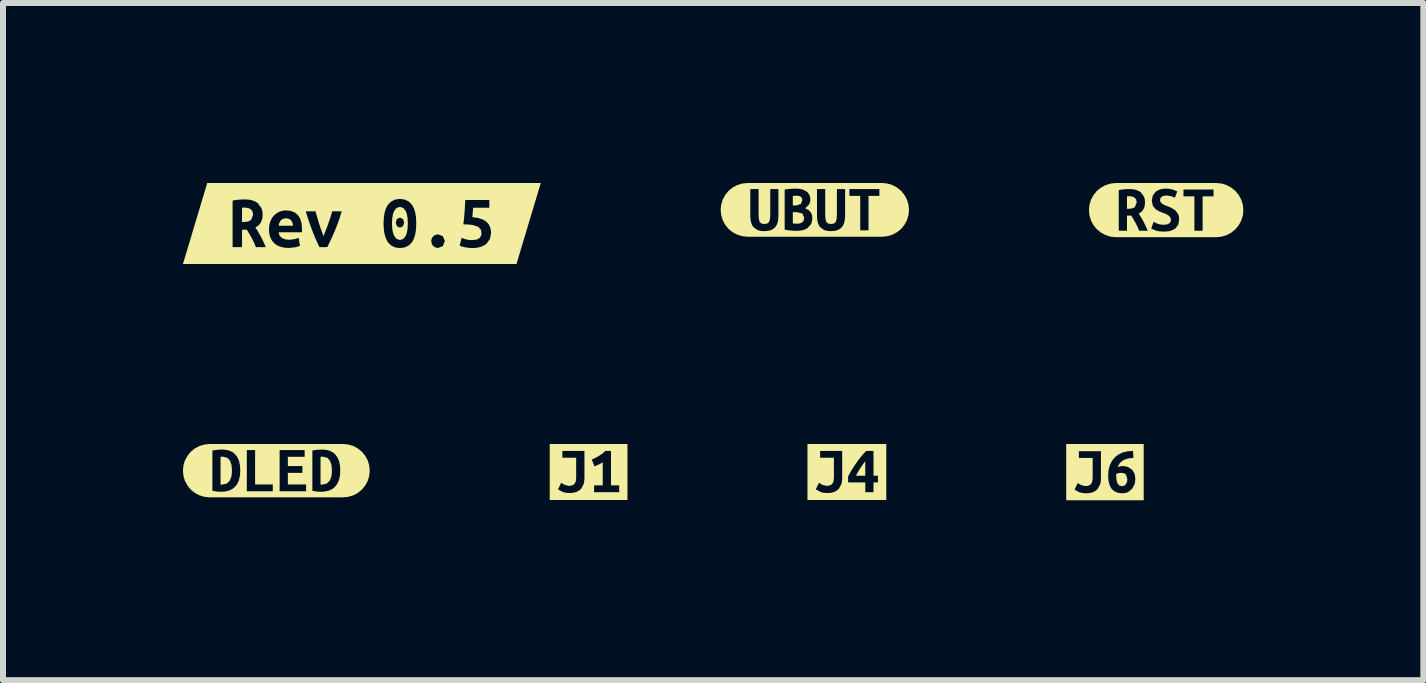
<source format=kicad_pcb>
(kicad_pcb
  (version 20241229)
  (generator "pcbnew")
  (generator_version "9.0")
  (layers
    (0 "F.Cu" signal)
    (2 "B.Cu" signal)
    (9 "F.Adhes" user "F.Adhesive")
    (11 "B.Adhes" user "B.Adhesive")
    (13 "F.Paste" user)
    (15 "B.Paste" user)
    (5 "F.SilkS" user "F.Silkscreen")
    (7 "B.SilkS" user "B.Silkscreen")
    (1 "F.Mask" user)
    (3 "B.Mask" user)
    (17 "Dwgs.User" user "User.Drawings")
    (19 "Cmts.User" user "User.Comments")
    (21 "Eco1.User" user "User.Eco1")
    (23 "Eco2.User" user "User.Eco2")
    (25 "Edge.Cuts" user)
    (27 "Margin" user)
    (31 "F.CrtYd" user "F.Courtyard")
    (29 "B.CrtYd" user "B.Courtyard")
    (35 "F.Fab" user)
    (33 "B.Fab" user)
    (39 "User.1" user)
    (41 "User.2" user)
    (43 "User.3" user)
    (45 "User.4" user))
  (footprint "kibuzzard-631DCCC7"
    (layer "F.Cu")
    (at 16.392 0.453)
    (property "Reference" "kibuzzard-631DCCC7" (at 0 -0.452 180) (layer "F.SilkS") (effects (font (size 0.001 0.001) (thickness 0.000003))))
    (attr exclude_from_pos_files exclude_from_bom)
    (fp_poly (pts (xy -0.491 -0.127) (xy -0.499 -0.174) (xy -0.524 -0.207) (xy -0.563 -0.226) (xy -0.612 -0.232) (xy -0.631 -0.232) (xy -0.653 -0.229) (xy -0.653 -0.022) (xy -0.623 -0.022) (xy -0.563 -0.029) (xy -0.522 -0.049) (xy -0.491 -0.127)) (stroke (width 0) (type solid)) (fill yes) (layer "F.SilkS"))
    (fp_poly (pts (xy -0.79 -0.452) (xy -0.612 -0.351) (xy -0.556 -0.348) (xy -0.505 -0.338) (xy -0.461 -0.321) (xy -0.423 -0.297) (xy -0.37 -0.226) (xy -0.356 -0.18) (xy -0.352 -0.126) (xy -0.358 -0.068) (xy -0.036 0.244) (xy 0.021 0.237) (xy 0.057 0.217) (xy 0.076 0.188) (xy 0.081 0.156) (xy 0.068 0.118) (xy 0.037 0.088) (xy -0.005 0.065) (xy -0.052 0.046) (xy -0.116 0.02) (xy -0.177 -0.017) (xy -0.222 -0.072) (xy -0.239 -0.153) (xy -0.224 -0.239) (xy -0.177 -0.304) (xy -0.13 -0.335) (xy -0.072 -0.353) (xy -0.004 -0.359) (xy 0.055 -0.355) (xy 0.107 -0.344) (xy 0.79 -0.343) (xy 0.79 -0.23) (xy 0.608 -0.23) (xy 0.608 0.344) (xy 0.471 0.344) (xy 0.471 -0.23) (xy 0.289 -0.23) (xy 0.289 -0.343) (xy 0.79 -0.343) (xy 0.107 -0.344) (xy 0.186 -0.312) (xy 0.146 -0.207) (xy 0.084 -0.233) (xy 0.006 -0.244) (xy -0.054 -0.236) (xy -0.091 -0.209) (xy -0.103 -0.166) (xy -0.092 -0.131) (xy -0.063 -0.104) (xy -0.024 -0.083) (xy 0.018 -0.067) (xy 0.086 -0.039) (xy 0.15 0.001) (xy 0.198 0.063) (xy 0.213 0.105) (xy 0.217 0.157) (xy 0.202 0.242) (xy 0.154 0.306) (xy 0.105 0.335) (xy 0.042 0.353) (xy -0.036 0.359) (xy -0.113 0.354) (xy -0.173 0.341) (xy -0.249 0.307) (xy -0.209 0.196) (xy -0.138 0.229) (xy -0.092 0.241) (xy -0.036 0.244) (xy -0.358 -0.068) (xy -0.376 -0.017) (xy -0.409 0.026) (xy -0.457 0.058) (xy -0.417 0.122) (xy -0.376 0.195) (xy -0.338 0.272) (xy -0.306 0.344) (xy -0.45 0.344) (xy -0.477 0.279) (xy -0.509 0.216) (xy -0.544 0.154) (xy -0.582 0.091) (xy -0.653 0.091) (xy -0.653 0.344) (xy -0.79 0.344) (xy -0.79 -0.333) (xy -0.746 -0.342) (xy -0.697 -0.347) (xy -0.651 -0.35) (xy -0.612 -0.351) (xy -0.79 -0.452) (xy -0.836 -0.452) (xy -0.924 -0.443) (xy -1.009 -0.417) (xy -1.087 -0.375) (xy -1.155 -0.319) (xy -1.211 -0.251) (xy -1.253 -0.173) (xy -1.279 -0.088) (xy -1.287 0) (xy -1.279 0.088) (xy -1.253 0.173) (xy -1.211 0.251) (xy -1.155 0.319) (xy -1.087 0.375) (xy -1.009 0.417) (xy -0.924 0.443) (xy -0.836 0.452) (xy -0.79 0.452) (xy 0.79 0.452) (xy 0.836 0.452) (xy 0.924 0.443) (xy 1.009 0.417) (xy 1.087 0.375) (xy 1.155 0.319) (xy 1.211 0.251) (xy 1.253 0.173) (xy 1.279 0.088) (xy 1.287 0) (xy 1.279 -0.088) (xy 1.253 -0.173) (xy 1.211 -0.251) (xy 1.155 -0.319) (xy 1.087 -0.375) (xy 1.009 -0.417) (xy 0.924 -0.443) (xy 0.836 -0.452) (xy 0.79 -0.452) (xy -0.79 -0.452)) (stroke (width 0) (type solid)) (fill yes) (layer "F.SilkS")))
  (footprint "kibuzzard-631DCE29"
    (layer "F.Cu")
    (at 15.372 4.821)
    (property "Reference" "kibuzzard-631DCE29" (at 0 -0.47 0) (layer "F.SilkS") (effects (font (size 0.001 0.001) (thickness 0.000003))))
    (attr exclude_from_pos_files exclude_from_bom)
    (fp_poly (pts (xy 0.269 0.012) (xy 0.226 0.017) (xy 0.189 0.029) (xy 0.188 0.049) (xy 0.187 0.07) (xy 0.192 0.132) (xy 0.207 0.184) (xy 0.238 0.222) (xy 0.286 0.236) (xy 0.326 0.224) (xy 0.353 0.197) (xy 0.369 0.16) (xy 0.374 0.121) (xy 0.351 0.041) (xy 0.319 0.019) (xy 0.269 0.012)) (stroke (width 0) (type solid)) (fill yes) (layer "F.SilkS"))
    (fp_poly (pts (xy -0.507 -0.469) (xy -0.435 -0.349) (xy -0.067 -0.349) (xy -0.067 0.109) (xy 0.053 0.058) (xy 0.06 -0.036) (xy 0.082 -0.119) (xy 0.118 -0.189) (xy 0.166 -0.248) (xy 0.226 -0.294) (xy 0.297 -0.327) (xy 0.378 -0.347) (xy 0.467 -0.353) (xy 0.475 -0.237) (xy 0.388 -0.228) (xy 0.311 -0.202) (xy 0.249 -0.154) (xy 0.211 -0.082) (xy 0.252 -0.096) (xy 0.287 -0.101) (xy 0.343 -0.097) (xy 0.389 -0.083) (xy 0.457 -0.036) (xy 0.496 0.034) (xy 0.507 0.119) (xy 0.495 0.2) (xy 0.455 0.276) (xy 0.387 0.332) (xy 0.342 0.348) (xy 0.289 0.353) (xy 0.219 0.345) (xy 0.16 0.322) (xy 0.113 0.282) (xy 0.08 0.225) (xy 0.06 0.15) (xy 0.053 0.058) (xy -0.067 0.109) (xy -0.07 0.158) (xy -0.08 0.203) (xy -0.122 0.281) (xy -0.156 0.311) (xy -0.198 0.334) (xy -0.25 0.349) (xy -0.312 0.353) (xy -0.376 0.349) (xy -0.428 0.336) (xy -0.507 0.292) (xy -0.455 0.183) (xy -0.393 0.218) (xy -0.324 0.234) (xy -0.276 0.227) (xy -0.238 0.206) (xy -0.213 0.166) (xy -0.205 0.101) (xy -0.205 -0.236) (xy -0.435 -0.236) (xy -0.435 -0.349) (xy -0.507 -0.469) (xy -0.646 -0.469) (xy -0.646 0.469) (xy -0.507 0.469) (xy 0.507 0.469) (xy 0.646 0.469) (xy 0.646 -0.469) (xy 0.507 -0.469) (xy -0.507 -0.469)) (stroke (width 0) (type solid)) (fill yes) (layer "F.SilkS")))
  (footprint "kibuzzard-631DCDA0"
    (layer "F.Cu")
    (at 6.763 4.819)
    (property "Reference" "kibuzzard-631DCDA0" (at 0 -0.467 180) (layer "F.SilkS") (effects (font (size 0.001 0.001) (thickness 0.000003))))
    (attr exclude_from_pos_files exclude_from_bom)
    (fp_poly (pts (xy -0.51 -0.467) (xy -0.437 -0.351) (xy -0.069 -0.351) (xy -0.069 0.107) (xy 0.236 0.223) (xy 0.236 -0.161) (xy 0.165 -0.122) (xy 0.097 -0.094) (xy 0.053 -0.208) (xy 0.111 -0.233) (xy 0.173 -0.268) (xy 0.232 -0.308) (xy 0.279 -0.351) (xy 0.373 -0.351) (xy 0.373 0.223) (xy 0.51 0.223) (xy 0.51 0.337) (xy 0.092 0.337) (xy 0.092 0.223) (xy 0.236 0.223) (xy -0.069 0.107) (xy -0.073 0.155) (xy -0.082 0.201) (xy -0.124 0.279) (xy -0.158 0.309) (xy -0.201 0.332) (xy -0.252 0.346) (xy -0.314 0.351) (xy -0.378 0.347) (xy -0.431 0.333) (xy -0.51 0.29) (xy -0.457 0.181) (xy -0.396 0.216) (xy -0.326 0.232) (xy -0.278 0.225) (xy -0.24 0.204) (xy -0.215 0.163) (xy -0.207 0.099) (xy -0.207 -0.238) (xy -0.437 -0.238) (xy -0.437 -0.351) (xy -0.51 -0.467) (xy -0.648 -0.467) (xy -0.648 0.467) (xy -0.51 0.467) (xy 0.51 0.467) (xy 0.648 0.467) (xy 0.648 -0.467) (xy 0.51 -0.467) (xy -0.51 -0.467)) (stroke (width 0) (type solid)) (fill yes) (layer "F.SilkS")))
  (footprint "kibuzzard-631DCDB3"
    (layer "F.Cu")
    (at 11.069 4.819)
    (property "Reference" "kibuzzard-631DCDB3" (at 0 -0.467 180) (layer "F.SilkS") (effects (font (size 0.001 0.001) (thickness 0.000003))))
    (attr exclude_from_pos_files exclude_from_bom)
    (fp_poly (pts (xy 0.307 -0.18) (xy 0.266 -0.126) (xy 0.224 -0.065) (xy 0.185 -0.001) (xy 0.152 0.062) (xy 0.307 0.062) (xy 0.307 -0.18)) (stroke (width 0) (type solid)) (fill yes) (layer "F.SilkS"))
    (fp_poly (pts (xy -0.518 -0.467) (xy -0.446 -0.351) (xy -0.078 -0.351) (xy 0.277 -0.304) (xy 0.322 -0.351) (xy 0.444 -0.351) (xy 0.444 0.062) (xy 0.518 0.062) (xy 0.518 0.174) (xy 0.444 0.174) (xy 0.444 0.337) (xy 0.307 0.337) (xy 0.307 0.174) (xy 0.021 0.174) (xy 0.021 0.074) (xy 0.045 0.028) (xy 0.075 -0.024) (xy 0.11 -0.08) (xy 0.148 -0.137) (xy 0.189 -0.194) (xy 0.233 -0.251) (xy 0.277 -0.304) (xy -0.078 -0.351) (xy -0.078 0.107) (xy -0.082 0.155) (xy -0.091 0.201) (xy -0.133 0.279) (xy -0.167 0.309) (xy -0.209 0.332) (xy -0.261 0.346) (xy -0.323 0.351) (xy -0.387 0.347) (xy -0.439 0.333) (xy -0.518 0.29) (xy -0.466 0.181) (xy -0.404 0.216) (xy -0.335 0.232) (xy -0.287 0.225) (xy -0.249 0.204) (xy -0.224 0.163) (xy -0.216 0.099) (xy -0.216 -0.238) (xy -0.446 -0.238) (xy -0.446 -0.351) (xy -0.518 -0.467) (xy -0.657 -0.467) (xy -0.657 0.467) (xy -0.518 0.467) (xy 0.518 0.467) (xy 0.657 0.467) (xy 0.657 -0.467) (xy 0.518 -0.467) (xy -0.518 -0.467)) (stroke (width 0) (type solid)) (fill yes) (layer "F.SilkS")))
  (footprint "kibuzzard-631DCD0C"
    (layer "F.Cu")
    (at 1.557 4.797)
    (property "Reference" "kibuzzard-631DCD0C" (at 0 -0.445 180) (layer "F.SilkS") (effects (font (size 0.001 0.001) (thickness 0.000003))))
    (attr exclude_from_pos_files exclude_from_bom)
    (fp_poly (pts (xy -0.93 0.232) (xy -0.917 0.233) (xy -0.905 0.233) (xy -0.827 0.216) (xy -0.776 0.167) (xy -0.748 0.093) (xy -0.742 0.048) (xy -0.74 -0.001) (xy -0.746 -0.088) (xy -0.77 -0.162) (xy -0.815 -0.214) (xy -0.89 -0.233) (xy -0.91 -0.233) (xy -0.93 -0.23) (xy -0.93 0.232)) (stroke (width 0) (type solid)) (fill yes) (layer "F.SilkS"))
    (fp_poly (pts (xy 0.737 0.232) (xy 0.75 0.233) (xy 0.762 0.233) (xy 0.84 0.216) (xy 0.891 0.167) (xy 0.919 0.093) (xy 0.925 0.048) (xy 0.927 -0.001) (xy 0.921 -0.088) (xy 0.897 -0.162) (xy 0.852 -0.214) (xy 0.777 -0.233) (xy 0.757 -0.233) (xy 0.737 -0.23) (xy 0.737 0.232)) (stroke (width 0) (type solid)) (fill yes) (layer "F.SilkS"))
    (fp_poly (pts (xy -1.066 -0.445) (xy -0.978 -0.349) (xy -0.902 -0.352) (xy -0.837 -0.347) (xy -0.778 -0.332) (xy -0.726 -0.307) (xy -0.683 -0.269) (xy -0.648 -0.221) (xy -0.622 -0.161) (xy -0.606 -0.088) (xy -0.492 0.343) (xy -0.492 -0.344) (xy -0.354 -0.344) (xy -0.354 0.23) (xy -0.059 0.23) (xy -0.059 0.343) (xy -0.492 0.343) (xy -0.606 -0.088) (xy -0.601 -0.001) (xy -0.607 0.087) (xy -0.625 0.162) (xy -0.653 0.223) (xy -0.691 0.271) (xy -0.737 0.308) (xy -0.791 0.333) (xy -0.852 0.347) (xy -0.92 0.352) (xy -0.991 0.348) (xy -1.066 0.336) (xy -1.066 -0.336) (xy -0.978 -0.349) (xy -1.066 -0.445) (xy -1.113 -0.445) (xy -1.199 -0.436) (xy -1.283 -0.411) (xy -1.36 -0.37) (xy -1.427 -0.315) (xy -1.482 -0.247) (xy -1.524 -0.17) (xy -1.549 -0.087) (xy -1.557 0) (xy -1.549 0.087) (xy -1.524 0.17) (xy -1.482 0.247) (xy -1.427 0.315) (xy -1.36 0.37) (xy 0.055 0.343) (xy 0.055 -0.344) (xy 0.472 -0.344) (xy 0.472 -0.231) (xy 0.192 -0.231) (xy 0.192 -0.077) (xy 0.435 -0.077) (xy 0.435 0.037) (xy 0.192 0.037) (xy 0.192 0.23) (xy 0.496 0.23) (xy 0.496 0.343) (xy 0.055 0.343) (xy -1.36 0.37) (xy -1.283 0.411) (xy -1.199 0.436) (xy -1.113 0.445) (xy -1.066 0.445) (xy 1.066 0.445) (xy 1.066 -0.001) (xy 1.06 0.087) (xy 1.042 0.162) (xy 1.014 0.223) (xy 0.976 0.271) (xy 0.93 0.308) (xy 0.876 0.333) (xy 0.814 0.347) (xy 0.747 0.352) (xy 0.676 0.348) (xy 0.601 0.336) (xy 0.601 -0.336) (xy 0.688 -0.349) (xy 0.765 -0.352) (xy 0.83 -0.347) (xy 0.889 -0.332) (xy 0.941 -0.307) (xy 0.984 -0.269) (xy 1.019 -0.221) (xy 1.045 -0.161) (xy 1.061 -0.088) (xy 1.066 -0.001) (xy 1.066 0.445) (xy 1.113 0.445) (xy 1.199 0.436) (xy 1.283 0.411) (xy 1.36 0.37) (xy 1.427 0.315) (xy 1.482 0.247) (xy 1.524 0.17) (xy 1.549 0.087) (xy 1.557 0) (xy 1.549 -0.087) (xy 1.524 -0.17) (xy 1.482 -0.247) (xy 1.427 -0.315) (xy 1.36 -0.37) (xy 1.283 -0.411) (xy 1.199 -0.436) (xy 1.113 -0.445) (xy 1.066 -0.445) (xy -1.066 -0.445)) (stroke (width 0) (type solid)) (fill yes) (layer "F.SilkS")))
  (footprint "kibuzzard-63B95AA9"
    (layer "F.Cu")
    (at 2.983 0.676)
    (property "Reference" "kibuzzard-63B95AA9" (at 0 -0.675 0) (layer "F.SilkS") (effects (font (size 0.001 0.001) (thickness 0.000003))))
    (attr exclude_from_pos_files exclude_from_bom)
    (fp_poly (pts (xy -1.149 0.038) (xy -1.155 -0.008) (xy -1.175 -0.048) (xy -1.211 -0.077) (xy -1.264 -0.088) (xy -1.317 -0.077) (xy -1.354 -0.05) (xy -1.377 -0.009) (xy -1.387 0.038) (xy -1.149 0.038)) (stroke (width 0) (type solid)) (fill yes) (layer "F.SilkS"))
    (fp_poly (pts (xy -1.813 -0.145) (xy -1.822 -0.199) (xy -1.851 -0.236) (xy -1.895 -0.258) (xy -1.951 -0.265) (xy -1.973 -0.265) (xy -1.998 -0.262) (xy -1.998 -0.025) (xy -1.964 -0.025) (xy -1.895 -0.033) (xy -1.848 -0.057) (xy -1.813 -0.145)) (stroke (width 0) (type solid)) (fill yes) (layer "F.SilkS"))
    (fp_poly (pts (xy 0.766 -0.001) (xy 0.705 -0.014) (xy 0.686 0.045) (xy 0.636 0.07) (xy 0.584 0.045) (xy 0.565 -0.014) (xy 0.584 -0.074) (xy 0.636 -0.099) (xy 0.686 -0.074) (xy 0.705 -0.014) (xy 0.766 -0.001) (xy 0.763 -0.084) (xy 0.751 -0.152) (xy 0.733 -0.206) (xy 0.691 -0.259) (xy 0.634 -0.277) (xy 0.578 -0.259) (xy 0.537 -0.206) (xy 0.518 -0.152) (xy 0.506 -0.084) (xy 0.502 -0.001) (xy 0.506 0.082) (xy 0.518 0.151) (xy 0.537 0.205) (xy 0.578 0.258) (xy 0.634 0.276) (xy 0.691 0.258) (xy 0.733 0.205) (xy 0.751 0.151) (xy 0.763 0.082) (xy 0.766 -0.001)) (stroke (width 0) (type solid)) (fill yes) (layer "F.SilkS"))
    (fp_poly (pts (xy -2.155 -0.675) (xy -1.951 -0.401) (xy -1.887 -0.398) (xy -1.829 -0.386) (xy -1.779 -0.367) (xy -1.735 -0.339) (xy -1.675 -0.258) (xy -1.659 -0.205) (xy -1.654 -0.144) (xy -1.661 -0.078) (xy -1.682 -0.019) (xy -1.549 0.1) (xy -1.543 0.026) (xy -1.525 -0.038) (xy -1.497 -0.093) (xy -1.461 -0.138) (xy -1.419 -0.173) (xy -1.371 -0.198) (xy -1.32 -0.213) (xy -1.267 -0.218) (xy -1.186 -0.21) (xy -1.119 -0.184) (xy -1.066 -0.14) (xy -1.028 -0.08) (xy -1.005 -0.004) (xy -0.998 0.088) (xy -0.998 0.119) (xy -1 0.146) (xy -0.707 0.394) (xy -0.745 0.314) (xy -0.784 0.226) (xy -0.823 0.129) (xy -0.852 0.051) (xy -0.881 -0.03) (xy -0.908 -0.115) (xy -0.935 -0.203) (xy -0.772 -0.203) (xy -0.759 -0.153) (xy -0.744 -0.1) (xy -0.728 -0.046) (xy -0.711 0.01) (xy -0.693 0.064) (xy -0.674 0.117) (xy -0.639 0.212) (xy -0.603 0.117) (xy -0.582 0.064) (xy -0.563 0.01) (xy -0.543 -0.046) (xy -0.525 -0.1) (xy -0.508 -0.153) (xy -0.495 -0.203) (xy -0.336 -0.203) (xy -0.363 -0.115) (xy -0.392 -0.03) (xy -0.422 0.051) (xy -0.454 0.129) (xy -0.496 0.226) (xy -0.537 0.314) (xy -0.576 0.394) (xy -0.707 0.394) (xy -1 0.146) (xy -1.387 0.146) (xy -1.375 0.198) (xy -1.339 0.238) (xy -1.284 0.263) (xy -1.215 0.272) (xy -1.125 0.262) (xy -1.053 0.241) (xy -1.032 0.375) (xy -1.118 0.398) (xy -1.221 0.408) (xy -1.293 0.403) (xy -1.358 0.388) (xy -1.414 0.364) (xy -1.46 0.33) (xy -1.498 0.286) (xy -1.526 0.234) (xy -1.543 0.172) (xy -1.549 0.1) (xy -1.682 -0.019) (xy -1.719 0.03) (xy -1.775 0.066) (xy -1.729 0.139) (xy -1.682 0.223) (xy -1.638 0.311) (xy -1.602 0.394) (xy -1.766 0.394) (xy -1.798 0.319) (xy -1.834 0.247) (xy -1.874 0.176) (xy -1.917 0.104) (xy -1.998 0.104) (xy -1.998 0.394) (xy -2.155 0.394) (xy -2.155 -0.381) (xy -2.104 -0.391) (xy -2.049 -0.397) (xy -1.996 -0.4) (xy -1.951 -0.401) (xy -2.155 -0.675) (xy -2.578 -0.675) (xy -2.983 0.675) (xy -2.578 0.675) (xy -2.155 0.675) (xy 2.155 0.675) (xy 2.578 0.675) (xy 2.983 -0.675) (xy 2.578 -0.675) (xy 2.155 -0.675) (xy 0.907 -0.001) (xy 0.903 0.096) (xy 0.89 0.18) (xy 0.868 0.251) (xy 0.838 0.309) (xy 1.166 0.342) (xy 1.156 0.293) (xy 1.166 0.246) (xy 1.191 0.211) (xy 1.227 0.189) (xy 1.271 0.182) (xy 1.349 0.211) (xy 1.995 0.163) (xy 1.984 0.102) (xy 1.941 0.055) (xy 1.848 0.025) (xy 1.78 0.017) (xy 1.692 0.014) (xy 1.704 -0.092) (xy 1.713 -0.195) (xy 1.719 -0.295) (xy 1.724 -0.392) (xy 2.125 -0.392) (xy 2.125 -0.263) (xy 1.855 -0.263) (xy 1.848 -0.178) (xy 1.842 -0.105) (xy 1.938 -0.092) (xy 2.017 -0.067) (xy 2.077 -0.029) (xy 2.12 0.021) (xy 2.146 0.083) (xy 2.155 0.156) (xy 2.136 0.257) (xy 2.077 0.338) (xy 2.033 0.368) (xy 1.979 0.391) (xy 1.916 0.405) (xy 1.843 0.41) (xy 1.781 0.406) (xy 1.72 0.397) (xy 1.668 0.384) (xy 1.631 0.37) (xy 1.663 0.24) (xy 1.734 0.265) (xy 1.783 0.274) (xy 1.842 0.277) (xy 1.918 0.267) (xy 1.965 0.241) (xy 1.988 0.204) (xy 1.995 0.163) (xy 1.349 0.211) (xy 1.384 0.293) (xy 1.349 0.378) (xy 1.271 0.408) (xy 1.227 0.4) (xy 1.191 0.378) (xy 1.166 0.342) (xy 0.838 0.309) (xy 0.784 0.365) (xy 0.716 0.399) (xy 0.634 0.41) (xy 0.553 0.399) (xy 0.485 0.365) (xy 0.431 0.309) (xy 0.401 0.251) (xy 0.379 0.18) (xy 0.366 0.096) (xy 0.361 -0.001) (xy 0.366 -0.098) (xy 0.379 -0.181) (xy 0.401 -0.251) (xy 0.432 -0.309) (xy 0.486 -0.365) (xy 0.554 -0.399) (xy 0.634 -0.41) (xy 0.716 -0.399) (xy 0.784 -0.365) (xy 0.838 -0.309) (xy 0.868 -0.252) (xy 0.89 -0.182) (xy 0.903 -0.098) (xy 0.907 -0.001) (xy 2.155 -0.675) (xy -2.155 -0.675)) (stroke (width 0) (type solid)) (fill yes) (layer "F.SilkS")))
  (footprint "kibuzzard-631DCCA6"
    (layer "F.Cu")
    (at 10.535 0.449)
    (property "Reference" "kibuzzard-631DCCA6" (at 0 -0.448 180) (layer "F.SilkS") (effects (font (size 0.001 0.001) (thickness 0.000003))))
    (attr exclude_from_pos_files exclude_from_bom)
    (fp_poly (pts (xy -0.367 0.039) (xy -0.367 0.226) (xy -0.335 0.229) (xy -0.301 0.231) (xy -0.256 0.227) (xy -0.216 0.212) (xy -0.188 0.182) (xy -0.177 0.133) (xy -0.208 0.061) (xy -0.293 0.039) (xy -0.367 0.039)) (stroke (width 0) (type solid)) (fill yes) (layer "F.SilkS"))
    (fp_poly (pts (xy -0.313 -0.074) (xy -0.234 -0.097) (xy -0.208 -0.159) (xy -0.216 -0.199) (xy -0.237 -0.222) (xy -0.268 -0.233) (xy -0.304 -0.236) (xy -0.337 -0.235) (xy -0.367 -0.232) (xy -0.367 -0.074) (xy -0.313 -0.074)) (stroke (width 0) (type solid)) (fill yes) (layer "F.SilkS"))
    (fp_poly (pts (xy -1.076 -0.448) (xy -1.076 -0.347) (xy -0.938 -0.347) (xy -0.938 0.083) (xy -0.933 0.156) (xy -0.918 0.203) (xy -0.889 0.228) (xy -0.841 0.236) (xy -0.793 0.228) (xy -0.763 0.202) (xy -0.748 0.154) (xy -0.743 0.082) (xy -0.743 -0.347) (xy -0.607 -0.347) (xy -0.607 0.092) (xy -0.61 0.149) (xy -0.503 0.329) (xy -0.503 -0.338) (xy -0.418 -0.35) (xy -0.326 -0.355) (xy -0.255 -0.351) (xy 1.076 -0.347) (xy 1.076 -0.234) (xy 0.895 -0.234) (xy 0.895 0.341) (xy 0.757 0.341) (xy 0.757 -0.234) (xy 0.576 -0.234) (xy 0.576 -0.347) (xy 1.076 -0.347) (xy -0.255 -0.351) (xy -0.199 -0.339) (xy -0.122 -0.297) (xy -0.084 -0.238) (xy -0.074 -0.174) (xy -0.08 -0.128) (xy -0.098 -0.087) (xy -0.162 -0.027) (xy -0.103 0.003) (xy -0.067 0.042) (xy -0.048 0.086) (xy -0.042 0.133) (xy -0.048 0.19) (xy -0.063 0.237) (xy -0.121 0.303) (xy -0.16 0.325) (xy -0.206 0.339) (xy 0.268 0.355) (xy 0.207 0.35) (xy 0.156 0.337) (xy 0.084 0.284) (xy 0.062 0.246) (xy 0.047 0.201) (xy 0.038 0.149) (xy 0.036 0.092) (xy 0.036 -0.347) (xy 0.173 -0.347) (xy 0.173 0.083) (xy 0.178 0.156) (xy 0.193 0.203) (xy 0.222 0.228) (xy 0.27 0.236) (xy 0.318 0.228) (xy 0.348 0.202) (xy 0.363 0.154) (xy 0.368 0.082) (xy 0.368 -0.347) (xy 0.505 -0.347) (xy 0.505 0.092) (xy 0.502 0.149) (xy 0.493 0.201) (xy 0.478 0.246) (xy 0.455 0.284) (xy 0.422 0.314) (xy 0.381 0.337) (xy 0.33 0.35) (xy 0.268 0.355) (xy -0.206 0.339) (xy -0.257 0.347) (xy -0.312 0.349) (xy -0.359 0.348) (xy -0.407 0.344) (xy -0.455 0.338) (xy -0.503 0.329) (xy -0.61 0.149) (xy -0.618 0.201) (xy -0.633 0.246) (xy -0.657 0.284) (xy -0.689 0.314) (xy -0.73 0.337) (xy -0.781 0.35) (xy -0.843 0.355) (xy -0.905 0.35) (xy -0.955 0.337) (xy -1.027 0.284) (xy -1.05 0.246) (xy -1.065 0.201) (xy -1.073 0.149) (xy -1.076 0.092) (xy -1.076 -0.347) (xy -1.076 -0.448) (xy -1.122 -0.448) (xy -1.209 -0.439) (xy -1.293 -0.414) (xy -1.371 -0.372) (xy -1.439 -0.317) (xy -1.494 -0.249) (xy -1.536 -0.171) (xy -1.561 -0.087) (xy -1.57 0) (xy -1.561 0.087) (xy -1.536 0.171) (xy -1.494 0.249) (xy -1.439 0.317) (xy -1.371 0.372) (xy -1.293 0.414) (xy -1.209 0.439) (xy -1.122 0.448) (xy -1.076 0.448) (xy 1.076 0.448) (xy 1.122 0.448) (xy 1.209 0.439) (xy 1.293 0.414) (xy 1.371 0.372) (xy 1.439 0.317) (xy 1.494 0.249) (xy 1.536 0.171) (xy 1.561 0.087) (xy 1.57 0) (xy 1.561 -0.087) (xy 1.536 -0.171) (xy 1.494 -0.249) (xy 1.439 -0.317) (xy 1.371 -0.372) (xy 1.293 -0.414) (xy 1.209 -0.439) (xy 1.122 -0.448) (xy 1.076 -0.448) (xy -1.076 -0.448)) (stroke (width 0) (type solid)) (fill yes) (layer "F.SilkS")))
  (gr_rect
    (start -3 -3)
    (end 20.68 8.29)
    (stroke (width 0.1) (type default))
    (fill no)
    (layer "Edge.Cuts")))
</source>
